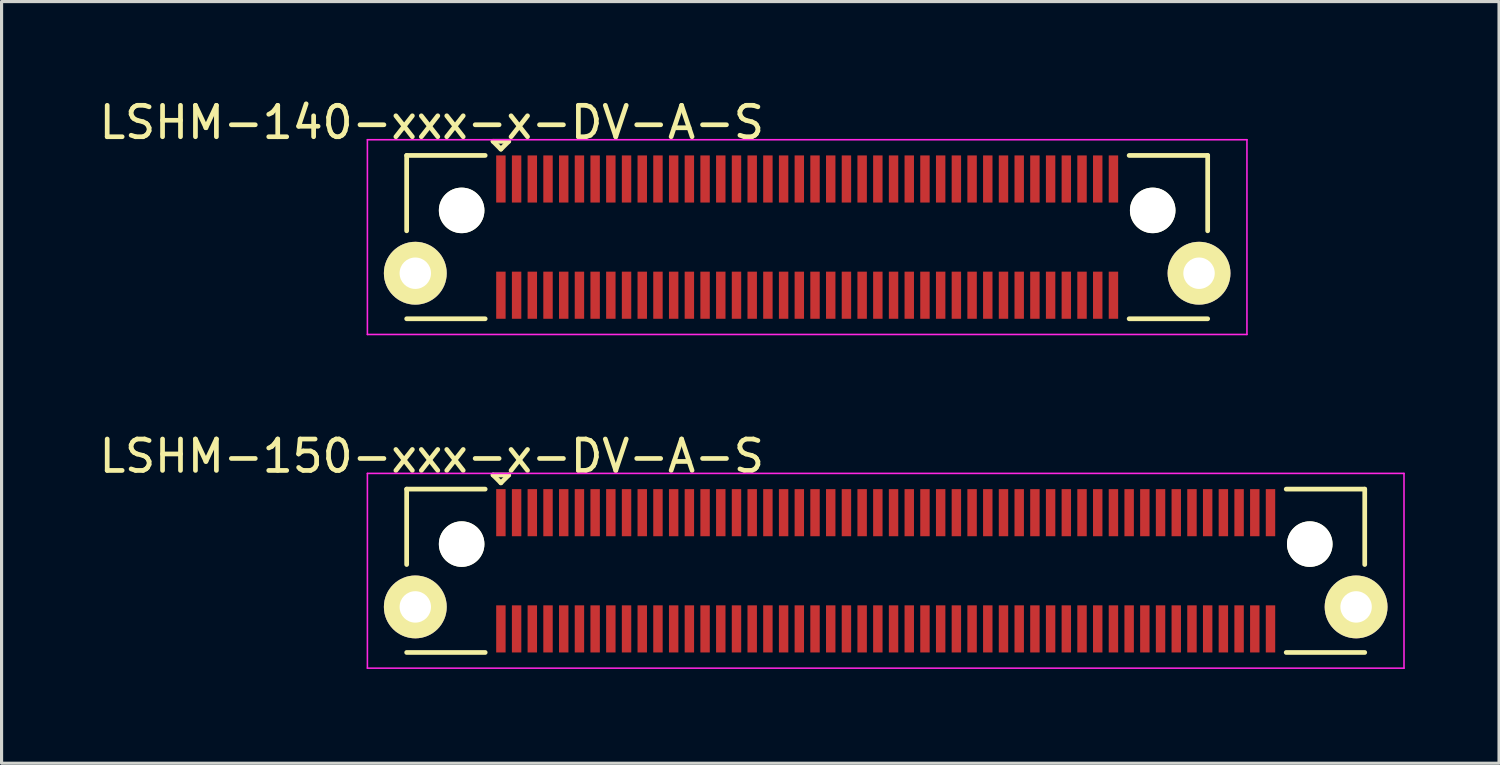
<source format=kicad_pcb>
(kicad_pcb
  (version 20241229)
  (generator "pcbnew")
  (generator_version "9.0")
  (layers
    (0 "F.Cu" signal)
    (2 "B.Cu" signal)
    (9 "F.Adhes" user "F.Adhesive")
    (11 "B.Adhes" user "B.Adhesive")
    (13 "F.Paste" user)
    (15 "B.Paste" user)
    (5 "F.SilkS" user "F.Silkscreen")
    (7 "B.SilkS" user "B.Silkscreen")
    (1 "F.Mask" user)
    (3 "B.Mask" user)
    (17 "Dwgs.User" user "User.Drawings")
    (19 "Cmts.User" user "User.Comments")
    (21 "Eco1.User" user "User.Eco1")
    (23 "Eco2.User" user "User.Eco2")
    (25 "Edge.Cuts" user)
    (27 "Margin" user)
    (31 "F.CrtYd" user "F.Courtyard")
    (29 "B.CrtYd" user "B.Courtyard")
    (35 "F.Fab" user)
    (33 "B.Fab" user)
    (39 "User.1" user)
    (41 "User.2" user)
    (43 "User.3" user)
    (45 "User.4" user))
  (footprint "LSHM-150-xxx-x-DV-A-S"
    (layer "F.Cu")
    (at 25.146 15.121)
    (property "Reference" "LSHM-150-xxx-x-DV-A-S" (at -14.45 -3.65 0) (layer "F.SilkS") (effects (font (size 1 1) (thickness 0.15))))
    (attr smd)
    (fp_line (start -15.25 -2.6) (end -12.75 -2.6) (stroke (width 0.15) (type solid)) (layer "F.SilkS"))
    (fp_line (start -15.25 -0.2) (end -15.25 -2.6) (stroke (width 0.15) (type solid)) (layer "F.SilkS"))
    (fp_line (start -15.25 2.6) (end -12.75 2.6) (stroke (width 0.15) (type solid)) (layer "F.SilkS"))
    (fp_line (start -12.5 -3.05) (end -12.25 -2.8) (stroke (width 0.15) (type solid)) (layer "F.SilkS"))
    (fp_line (start -12.25 -2.8) (end -12 -3.05) (stroke (width 0.15) (type solid)) (layer "F.SilkS"))
    (fp_line (start -12 -3.05) (end -12.5 -3.05) (stroke (width 0.15) (type solid)) (layer "F.SilkS"))
    (fp_line (start 15.25 -2.6) (end 12.75 -2.6) (stroke (width 0.15) (type solid)) (layer "F.SilkS"))
    (fp_line (start 15.25 -0.2) (end 15.25 -2.6) (stroke (width 0.15) (type solid)) (layer "F.SilkS"))
    (fp_line (start 15.25 2.6) (end 12.75 2.6) (stroke (width 0.15) (type solid)) (layer "F.SilkS"))
    (fp_line (start -16.5 -3.1) (end 16.5 -3.1) (stroke (width 0.05) (type solid)) (layer "F.CrtYd"))
    (fp_line (start -16.5 3.1) (end -16.5 -3.1) (stroke (width 0.05) (type solid)) (layer "F.CrtYd"))
    (fp_line (start -16.5 3.1) (end 16.5 3.1) (stroke (width 0.05) (type solid)) (layer "F.CrtYd"))
    (fp_line (start 16.5 3.1) (end 16.5 -3.1) (stroke (width 0.05) (type solid)) (layer "F.CrtYd"))
    (pad "" np_thru_hole circle (at -13.5 -0.85) (size 1.45 1.45) (drill 1.45) (layers "*.Cu" "*.Mask" "F.SilkS"))
    (pad "" np_thru_hole circle (at 13.5 -0.85) (size 1.45 1.45) (drill 1.45) (layers "*.Cu" "*.Mask" "F.SilkS"))
    (pad "1" smd rect (at -12.25 -1.85) (size 0.3 1.5) (layers "F.Cu" "F.Mask" "F.Paste"))
    (pad "2" smd rect (at -12.25 1.85) (size 0.3 1.5) (layers "F.Cu" "F.Mask" "F.Paste"))
    (pad "3" smd rect (at -11.75 -1.85) (size 0.3 1.5) (layers "F.Cu" "F.Mask" "F.Paste"))
    (pad "4" smd rect (at -11.75 1.85) (size 0.3 1.5) (layers "F.Cu" "F.Mask" "F.Paste"))
    (pad "5" smd rect (at -11.25 -1.85) (size 0.3 1.5) (layers "F.Cu" "F.Mask" "F.Paste"))
    (pad "6" smd rect (at -11.25 1.85) (size 0.3 1.5) (layers "F.Cu" "F.Mask" "F.Paste"))
    (pad "7" smd rect (at -10.75 -1.85) (size 0.3 1.5) (layers "F.Cu" "F.Mask" "F.Paste"))
    (pad "8" smd rect (at -10.75 1.85) (size 0.3 1.5) (layers "F.Cu" "F.Mask" "F.Paste"))
    (pad "9" smd rect (at -10.25 -1.85) (size 0.3 1.5) (layers "F.Cu" "F.Mask" "F.Paste"))
    (pad "10" smd rect (at -10.25 1.85) (size 0.3 1.5) (layers "F.Cu" "F.Mask" "F.Paste"))
    (pad "11" smd rect (at -9.75 -1.85) (size 0.3 1.5) (layers "F.Cu" "F.Mask" "F.Paste"))
    (pad "12" smd rect (at -9.75 1.85) (size 0.3 1.5) (layers "F.Cu" "F.Mask" "F.Paste"))
    (pad "13" smd rect (at -9.25 -1.85) (size 0.3 1.5) (layers "F.Cu" "F.Mask" "F.Paste"))
    (pad "14" smd rect (at -9.25 1.85) (size 0.3 1.5) (layers "F.Cu" "F.Mask" "F.Paste"))
    (pad "15" smd rect (at -8.75 -1.85) (size 0.3 1.5) (layers "F.Cu" "F.Mask" "F.Paste"))
    (pad "16" smd rect (at -8.75 1.85) (size 0.3 1.5) (layers "F.Cu" "F.Mask" "F.Paste"))
    (pad "17" smd rect (at -8.25 -1.85) (size 0.3 1.5) (layers "F.Cu" "F.Mask" "F.Paste"))
    (pad "18" smd rect (at -8.25 1.85) (size 0.3 1.5) (layers "F.Cu" "F.Mask" "F.Paste"))
    (pad "19" smd rect (at -7.75 -1.85) (size 0.3 1.5) (layers "F.Cu" "F.Mask" "F.Paste"))
    (pad "20" smd rect (at -7.75 1.85) (size 0.3 1.5) (layers "F.Cu" "F.Mask" "F.Paste"))
    (pad "21" smd rect (at -7.25 -1.85) (size 0.3 1.5) (layers "F.Cu" "F.Mask" "F.Paste"))
    (pad "22" smd rect (at -7.25 1.85) (size 0.3 1.5) (layers "F.Cu" "F.Mask" "F.Paste"))
    (pad "23" smd rect (at -6.75 -1.85) (size 0.3 1.5) (layers "F.Cu" "F.Mask" "F.Paste"))
    (pad "24" smd rect (at -6.75 1.85) (size 0.3 1.5) (layers "F.Cu" "F.Mask" "F.Paste"))
    (pad "25" smd rect (at -6.25 -1.85) (size 0.3 1.5) (layers "F.Cu" "F.Mask" "F.Paste"))
    (pad "26" smd rect (at -6.25 1.85) (size 0.3 1.5) (layers "F.Cu" "F.Mask" "F.Paste"))
    (pad "27" smd rect (at -5.75 -1.85) (size 0.3 1.5) (layers "F.Cu" "F.Mask" "F.Paste"))
    (pad "28" smd rect (at -5.75 1.85) (size 0.3 1.5) (layers "F.Cu" "F.Mask" "F.Paste"))
    (pad "29" smd rect (at -5.25 -1.85) (size 0.3 1.5) (layers "F.Cu" "F.Mask" "F.Paste"))
    (pad "30" smd rect (at -5.25 1.85) (size 0.3 1.5) (layers "F.Cu" "F.Mask" "F.Paste"))
    (pad "31" smd rect (at -4.75 -1.85) (size 0.3 1.5) (layers "F.Cu" "F.Mask" "F.Paste"))
    (pad "32" smd rect (at -4.75 1.85) (size 0.3 1.5) (layers "F.Cu" "F.Mask" "F.Paste"))
    (pad "33" smd rect (at -4.25 -1.85) (size 0.3 1.5) (layers "F.Cu" "F.Mask" "F.Paste"))
    (pad "34" smd rect (at -4.25 1.85) (size 0.3 1.5) (layers "F.Cu" "F.Mask" "F.Paste"))
    (pad "35" smd rect (at -3.75 -1.85) (size 0.3 1.5) (layers "F.Cu" "F.Mask" "F.Paste"))
    (pad "36" smd rect (at -3.75 1.85) (size 0.3 1.5) (layers "F.Cu" "F.Mask" "F.Paste"))
    (pad "37" smd rect (at -3.25 -1.85) (size 0.3 1.5) (layers "F.Cu" "F.Mask" "F.Paste"))
    (pad "38" smd rect (at -3.25 1.85) (size 0.3 1.5) (layers "F.Cu" "F.Mask" "F.Paste"))
    (pad "39" smd rect (at -2.75 -1.85) (size 0.3 1.5) (layers "F.Cu" "F.Mask" "F.Paste"))
    (pad "40" smd rect (at -2.75 1.85) (size 0.3 1.5) (layers "F.Cu" "F.Mask" "F.Paste"))
    (pad "41" smd rect (at -2.25 -1.85) (size 0.3 1.5) (layers "F.Cu" "F.Mask" "F.Paste"))
    (pad "42" smd rect (at -2.25 1.85) (size 0.3 1.5) (layers "F.Cu" "F.Mask" "F.Paste"))
    (pad "43" smd rect (at -1.75 -1.85) (size 0.3 1.5) (layers "F.Cu" "F.Mask" "F.Paste"))
    (pad "44" smd rect (at -1.75 1.85) (size 0.3 1.5) (layers "F.Cu" "F.Mask" "F.Paste"))
    (pad "45" smd rect (at -1.25 -1.85) (size 0.3 1.5) (layers "F.Cu" "F.Mask" "F.Paste"))
    (pad "46" smd rect (at -1.25 1.85) (size 0.3 1.5) (layers "F.Cu" "F.Mask" "F.Paste"))
    (pad "47" smd rect (at -0.75 -1.85) (size 0.3 1.5) (layers "F.Cu" "F.Mask" "F.Paste"))
    (pad "48" smd rect (at -0.75 1.85) (size 0.3 1.5) (layers "F.Cu" "F.Mask" "F.Paste"))
    (pad "49" smd rect (at -0.25 -1.85) (size 0.3 1.5) (layers "F.Cu" "F.Mask" "F.Paste"))
    (pad "50" smd rect (at -0.25 1.85) (size 0.3 1.5) (layers "F.Cu" "F.Mask" "F.Paste"))
    (pad "51" smd rect (at 0.25 -1.85) (size 0.3 1.5) (layers "F.Cu" "F.Mask" "F.Paste"))
    (pad "52" smd rect (at 0.25 1.85) (size 0.3 1.5) (layers "F.Cu" "F.Mask" "F.Paste"))
    (pad "53" smd rect (at 0.75 -1.85) (size 0.3 1.5) (layers "F.Cu" "F.Mask" "F.Paste"))
    (pad "54" smd rect (at 0.75 1.85) (size 0.3 1.5) (layers "F.Cu" "F.Mask" "F.Paste"))
    (pad "55" smd rect (at 1.25 -1.85) (size 0.3 1.5) (layers "F.Cu" "F.Mask" "F.Paste"))
    (pad "56" smd rect (at 1.25 1.85) (size 0.3 1.5) (layers "F.Cu" "F.Mask" "F.Paste"))
    (pad "57" smd rect (at 1.75 -1.85) (size 0.3 1.5) (layers "F.Cu" "F.Mask" "F.Paste"))
    (pad "58" smd rect (at 1.75 1.85) (size 0.3 1.5) (layers "F.Cu" "F.Mask" "F.Paste"))
    (pad "59" smd rect (at 2.25 -1.85) (size 0.3 1.5) (layers "F.Cu" "F.Mask" "F.Paste"))
    (pad "60" smd rect (at 2.25 1.85) (size 0.3 1.5) (layers "F.Cu" "F.Mask" "F.Paste"))
    (pad "61" smd rect (at 2.75 -1.85) (size 0.3 1.5) (layers "F.Cu" "F.Mask" "F.Paste"))
    (pad "62" smd rect (at 2.75 1.85) (size 0.3 1.5) (layers "F.Cu" "F.Mask" "F.Paste"))
    (pad "63" smd rect (at 3.25 -1.85) (size 0.3 1.5) (layers "F.Cu" "F.Mask" "F.Paste"))
    (pad "64" smd rect (at 3.25 1.85) (size 0.3 1.5) (layers "F.Cu" "F.Mask" "F.Paste"))
    (pad "65" smd rect (at 3.75 -1.85) (size 0.3 1.5) (layers "F.Cu" "F.Mask" "F.Paste"))
    (pad "66" smd rect (at 3.75 1.85) (size 0.3 1.5) (layers "F.Cu" "F.Mask" "F.Paste"))
    (pad "67" smd rect (at 4.25 -1.85) (size 0.3 1.5) (layers "F.Cu" "F.Mask" "F.Paste"))
    (pad "68" smd rect (at 4.25 1.85) (size 0.3 1.5) (layers "F.Cu" "F.Mask" "F.Paste"))
    (pad "69" smd rect (at 4.75 -1.85) (size 0.3 1.5) (layers "F.Cu" "F.Mask" "F.Paste"))
    (pad "70" smd rect (at 4.75 1.85) (size 0.3 1.5) (layers "F.Cu" "F.Mask" "F.Paste"))
    (pad "71" smd rect (at 5.25 -1.85) (size 0.3 1.5) (layers "F.Cu" "F.Mask" "F.Paste"))
    (pad "72" smd rect (at 5.25 1.85) (size 0.3 1.5) (layers "F.Cu" "F.Mask" "F.Paste"))
    (pad "73" smd rect (at 5.75 -1.85) (size 0.3 1.5) (layers "F.Cu" "F.Mask" "F.Paste"))
    (pad "74" smd rect (at 5.75 1.85) (size 0.3 1.5) (layers "F.Cu" "F.Mask" "F.Paste"))
    (pad "75" smd rect (at 6.25 -1.85) (size 0.3 1.5) (layers "F.Cu" "F.Mask" "F.Paste"))
    (pad "76" smd rect (at 6.25 1.85) (size 0.3 1.5) (layers "F.Cu" "F.Mask" "F.Paste"))
    (pad "77" smd rect (at 6.75 -1.85) (size 0.3 1.5) (layers "F.Cu" "F.Mask" "F.Paste"))
    (pad "78" smd rect (at 6.75 1.85) (size 0.3 1.5) (layers "F.Cu" "F.Mask" "F.Paste"))
    (pad "79" smd rect (at 7.25 -1.85) (size 0.3 1.5) (layers "F.Cu" "F.Mask" "F.Paste"))
    (pad "80" smd rect (at 7.25 1.85) (size 0.3 1.5) (layers "F.Cu" "F.Mask" "F.Paste"))
    (pad "81" smd rect (at 7.75 -1.85) (size 0.3 1.5) (layers "F.Cu" "F.Mask" "F.Paste"))
    (pad "82" smd rect (at 7.75 1.85) (size 0.3 1.5) (layers "F.Cu" "F.Mask" "F.Paste"))
    (pad "83" smd rect (at 8.25 -1.85) (size 0.3 1.5) (layers "F.Cu" "F.Mask" "F.Paste"))
    (pad "84" smd rect (at 8.25 1.85) (size 0.3 1.5) (layers "F.Cu" "F.Mask" "F.Paste"))
    (pad "85" smd rect (at 8.75 -1.85) (size 0.3 1.5) (layers "F.Cu" "F.Mask" "F.Paste"))
    (pad "86" smd rect (at 8.75 1.85) (size 0.3 1.5) (layers "F.Cu" "F.Mask" "F.Paste"))
    (pad "87" smd rect (at 9.25 -1.85) (size 0.3 1.5) (layers "F.Cu" "F.Mask" "F.Paste"))
    (pad "88" smd rect (at 9.25 1.85) (size 0.3 1.5) (layers "F.Cu" "F.Mask" "F.Paste"))
    (pad "89" smd rect (at 9.75 -1.85) (size 0.3 1.5) (layers "F.Cu" "F.Mask" "F.Paste"))
    (pad "90" smd rect (at 9.75 1.85) (size 0.3 1.5) (layers "F.Cu" "F.Mask" "F.Paste"))
    (pad "91" smd rect (at 10.25 -1.85) (size 0.3 1.5) (layers "F.Cu" "F.Mask" "F.Paste"))
    (pad "92" smd rect (at 10.25 1.85) (size 0.3 1.5) (layers "F.Cu" "F.Mask" "F.Paste"))
    (pad "93" smd rect (at 10.75 -1.85) (size 0.3 1.5) (layers "F.Cu" "F.Mask" "F.Paste"))
    (pad "94" smd rect (at 10.75 1.85) (size 0.3 1.5) (layers "F.Cu" "F.Mask" "F.Paste"))
    (pad "95" smd rect (at 11.25 -1.85) (size 0.3 1.5) (layers "F.Cu" "F.Mask" "F.Paste"))
    (pad "96" smd rect (at 11.25 1.85) (size 0.3 1.5) (layers "F.Cu" "F.Mask" "F.Paste"))
    (pad "97" smd rect (at 11.75 -1.85) (size 0.3 1.5) (layers "F.Cu" "F.Mask" "F.Paste"))
    (pad "98" smd rect (at 11.75 1.85) (size 0.3 1.5) (layers "F.Cu" "F.Mask" "F.Paste"))
    (pad "99" smd rect (at 12.25 -1.85) (size 0.3 1.5) (layers "F.Cu" "F.Mask" "F.Paste"))
    (pad "100" smd rect (at 12.25 1.85) (size 0.3 1.5) (layers "F.Cu" "F.Mask" "F.Paste"))
    (pad "101" thru_hole circle (at -14.975 1.15) (size 2 2) (drill 1) (layers "*.Cu" "*.Mask" "F.SilkS"))
    (pad "101" thru_hole circle (at 14.975 1.15) (size 2 2) (drill 1) (layers "*.Cu" "*.Mask" "F.SilkS")))
  (footprint "LSHM-140-xxx-x-DV-A-S"
    (layer "F.Cu")
    (at 22.646 4.498)
    (property "Reference" "LSHM-140-xxx-x-DV-A-S" (at -11.95 -3.65 0) (layer "F.SilkS") (effects (font (size 1 1) (thickness 0.15))))
    (attr smd)
    (fp_line (start -12.75 -2.6) (end -10.25 -2.6) (stroke (width 0.15) (type solid)) (layer "F.SilkS"))
    (fp_line (start -12.75 -0.2) (end -12.75 -2.6) (stroke (width 0.15) (type solid)) (layer "F.SilkS"))
    (fp_line (start -12.75 2.6) (end -10.25 2.6) (stroke (width 0.15) (type solid)) (layer "F.SilkS"))
    (fp_line (start -10 -3.05) (end -9.75 -2.8) (stroke (width 0.15) (type solid)) (layer "F.SilkS"))
    (fp_line (start -9.75 -2.8) (end -9.5 -3.05) (stroke (width 0.15) (type solid)) (layer "F.SilkS"))
    (fp_line (start -9.5 -3.05) (end -10 -3.05) (stroke (width 0.15) (type solid)) (layer "F.SilkS"))
    (fp_line (start 12.75 -2.6) (end 10.25 -2.6) (stroke (width 0.15) (type solid)) (layer "F.SilkS"))
    (fp_line (start 12.75 -0.2) (end 12.75 -2.6) (stroke (width 0.15) (type solid)) (layer "F.SilkS"))
    (fp_line (start 12.75 2.6) (end 10.25 2.6) (stroke (width 0.15) (type solid)) (layer "F.SilkS"))
    (fp_line (start -14 -3.1) (end 14 -3.1) (stroke (width 0.05) (type solid)) (layer "F.CrtYd"))
    (fp_line (start -14 3.1) (end -14 -3.1) (stroke (width 0.05) (type solid)) (layer "F.CrtYd"))
    (fp_line (start -14 3.1) (end 14 3.1) (stroke (width 0.05) (type solid)) (layer "F.CrtYd"))
    (fp_line (start 14 3.1) (end 14 -3.1) (stroke (width 0.05) (type solid)) (layer "F.CrtYd"))
    (pad "" np_thru_hole circle (at -11 -0.85) (size 1.45 1.45) (drill 1.45) (layers "*.Cu" "*.Mask" "F.SilkS"))
    (pad "" np_thru_hole circle (at 11 -0.85) (size 1.45 1.45) (drill 1.45) (layers "*.Cu" "*.Mask" "F.SilkS"))
    (pad "1" smd rect (at -9.75 -1.85) (size 0.3 1.5) (layers "F.Cu" "F.Mask" "F.Paste"))
    (pad "2" smd rect (at -9.75 1.85) (size 0.3 1.5) (layers "F.Cu" "F.Mask" "F.Paste"))
    (pad "3" smd rect (at -9.25 -1.85) (size 0.3 1.5) (layers "F.Cu" "F.Mask" "F.Paste"))
    (pad "4" smd rect (at -9.25 1.85) (size 0.3 1.5) (layers "F.Cu" "F.Mask" "F.Paste"))
    (pad "5" smd rect (at -8.75 -1.85) (size 0.3 1.5) (layers "F.Cu" "F.Mask" "F.Paste"))
    (pad "6" smd rect (at -8.75 1.85) (size 0.3 1.5) (layers "F.Cu" "F.Mask" "F.Paste"))
    (pad "7" smd rect (at -8.25 -1.85) (size 0.3 1.5) (layers "F.Cu" "F.Mask" "F.Paste"))
    (pad "8" smd rect (at -8.25 1.85) (size 0.3 1.5) (layers "F.Cu" "F.Mask" "F.Paste"))
    (pad "9" smd rect (at -7.75 -1.85) (size 0.3 1.5) (layers "F.Cu" "F.Mask" "F.Paste"))
    (pad "10" smd rect (at -7.75 1.85) (size 0.3 1.5) (layers "F.Cu" "F.Mask" "F.Paste"))
    (pad "11" smd rect (at -7.25 -1.85) (size 0.3 1.5) (layers "F.Cu" "F.Mask" "F.Paste"))
    (pad "12" smd rect (at -7.25 1.85) (size 0.3 1.5) (layers "F.Cu" "F.Mask" "F.Paste"))
    (pad "13" smd rect (at -6.75 -1.85) (size 0.3 1.5) (layers "F.Cu" "F.Mask" "F.Paste"))
    (pad "14" smd rect (at -6.75 1.85) (size 0.3 1.5) (layers "F.Cu" "F.Mask" "F.Paste"))
    (pad "15" smd rect (at -6.25 -1.85) (size 0.3 1.5) (layers "F.Cu" "F.Mask" "F.Paste"))
    (pad "16" smd rect (at -6.25 1.85) (size 0.3 1.5) (layers "F.Cu" "F.Mask" "F.Paste"))
    (pad "17" smd rect (at -5.75 -1.85) (size 0.3 1.5) (layers "F.Cu" "F.Mask" "F.Paste"))
    (pad "18" smd rect (at -5.75 1.85) (size 0.3 1.5) (layers "F.Cu" "F.Mask" "F.Paste"))
    (pad "19" smd rect (at -5.25 -1.85) (size 0.3 1.5) (layers "F.Cu" "F.Mask" "F.Paste"))
    (pad "20" smd rect (at -5.25 1.85) (size 0.3 1.5) (layers "F.Cu" "F.Mask" "F.Paste"))
    (pad "21" smd rect (at -4.75 -1.85) (size 0.3 1.5) (layers "F.Cu" "F.Mask" "F.Paste"))
    (pad "22" smd rect (at -4.75 1.85) (size 0.3 1.5) (layers "F.Cu" "F.Mask" "F.Paste"))
    (pad "23" smd rect (at -4.25 -1.85) (size 0.3 1.5) (layers "F.Cu" "F.Mask" "F.Paste"))
    (pad "24" smd rect (at -4.25 1.85) (size 0.3 1.5) (layers "F.Cu" "F.Mask" "F.Paste"))
    (pad "25" smd rect (at -3.75 -1.85) (size 0.3 1.5) (layers "F.Cu" "F.Mask" "F.Paste"))
    (pad "26" smd rect (at -3.75 1.85) (size 0.3 1.5) (layers "F.Cu" "F.Mask" "F.Paste"))
    (pad "27" smd rect (at -3.25 -1.85) (size 0.3 1.5) (layers "F.Cu" "F.Mask" "F.Paste"))
    (pad "28" smd rect (at -3.25 1.85) (size 0.3 1.5) (layers "F.Cu" "F.Mask" "F.Paste"))
    (pad "29" smd rect (at -2.75 -1.85) (size 0.3 1.5) (layers "F.Cu" "F.Mask" "F.Paste"))
    (pad "30" smd rect (at -2.75 1.85) (size 0.3 1.5) (layers "F.Cu" "F.Mask" "F.Paste"))
    (pad "31" smd rect (at -2.25 -1.85) (size 0.3 1.5) (layers "F.Cu" "F.Mask" "F.Paste"))
    (pad "32" smd rect (at -2.25 1.85) (size 0.3 1.5) (layers "F.Cu" "F.Mask" "F.Paste"))
    (pad "33" smd rect (at -1.75 -1.85) (size 0.3 1.5) (layers "F.Cu" "F.Mask" "F.Paste"))
    (pad "34" smd rect (at -1.75 1.85) (size 0.3 1.5) (layers "F.Cu" "F.Mask" "F.Paste"))
    (pad "35" smd rect (at -1.25 -1.85) (size 0.3 1.5) (layers "F.Cu" "F.Mask" "F.Paste"))
    (pad "36" smd rect (at -1.25 1.85) (size 0.3 1.5) (layers "F.Cu" "F.Mask" "F.Paste"))
    (pad "37" smd rect (at -0.75 -1.85) (size 0.3 1.5) (layers "F.Cu" "F.Mask" "F.Paste"))
    (pad "38" smd rect (at -0.75 1.85) (size 0.3 1.5) (layers "F.Cu" "F.Mask" "F.Paste"))
    (pad "39" smd rect (at -0.25 -1.85) (size 0.3 1.5) (layers "F.Cu" "F.Mask" "F.Paste"))
    (pad "40" smd rect (at -0.25 1.85) (size 0.3 1.5) (layers "F.Cu" "F.Mask" "F.Paste"))
    (pad "41" smd rect (at 0.25 -1.85) (size 0.3 1.5) (layers "F.Cu" "F.Mask" "F.Paste"))
    (pad "42" smd rect (at 0.25 1.85) (size 0.3 1.5) (layers "F.Cu" "F.Mask" "F.Paste"))
    (pad "43" smd rect (at 0.75 -1.85) (size 0.3 1.5) (layers "F.Cu" "F.Mask" "F.Paste"))
    (pad "44" smd rect (at 0.75 1.85) (size 0.3 1.5) (layers "F.Cu" "F.Mask" "F.Paste"))
    (pad "45" smd rect (at 1.25 -1.85) (size 0.3 1.5) (layers "F.Cu" "F.Mask" "F.Paste"))
    (pad "46" smd rect (at 1.25 1.85) (size 0.3 1.5) (layers "F.Cu" "F.Mask" "F.Paste"))
    (pad "47" smd rect (at 1.75 -1.85) (size 0.3 1.5) (layers "F.Cu" "F.Mask" "F.Paste"))
    (pad "48" smd rect (at 1.75 1.85) (size 0.3 1.5) (layers "F.Cu" "F.Mask" "F.Paste"))
    (pad "49" smd rect (at 2.25 -1.85) (size 0.3 1.5) (layers "F.Cu" "F.Mask" "F.Paste"))
    (pad "50" smd rect (at 2.25 1.85) (size 0.3 1.5) (layers "F.Cu" "F.Mask" "F.Paste"))
    (pad "51" smd rect (at 2.75 -1.85) (size 0.3 1.5) (layers "F.Cu" "F.Mask" "F.Paste"))
    (pad "52" smd rect (at 2.75 1.85) (size 0.3 1.5) (layers "F.Cu" "F.Mask" "F.Paste"))
    (pad "53" smd rect (at 3.25 -1.85) (size 0.3 1.5) (layers "F.Cu" "F.Mask" "F.Paste"))
    (pad "54" smd rect (at 3.25 1.85) (size 0.3 1.5) (layers "F.Cu" "F.Mask" "F.Paste"))
    (pad "55" smd rect (at 3.75 -1.85) (size 0.3 1.5) (layers "F.Cu" "F.Mask" "F.Paste"))
    (pad "56" smd rect (at 3.75 1.85) (size 0.3 1.5) (layers "F.Cu" "F.Mask" "F.Paste"))
    (pad "57" smd rect (at 4.25 -1.85) (size 0.3 1.5) (layers "F.Cu" "F.Mask" "F.Paste"))
    (pad "58" smd rect (at 4.25 1.85) (size 0.3 1.5) (layers "F.Cu" "F.Mask" "F.Paste"))
    (pad "59" smd rect (at 4.75 -1.85) (size 0.3 1.5) (layers "F.Cu" "F.Mask" "F.Paste"))
    (pad "60" smd rect (at 4.75 1.85) (size 0.3 1.5) (layers "F.Cu" "F.Mask" "F.Paste"))
    (pad "61" smd rect (at 5.25 -1.85) (size 0.3 1.5) (layers "F.Cu" "F.Mask" "F.Paste"))
    (pad "62" smd rect (at 5.25 1.85) (size 0.3 1.5) (layers "F.Cu" "F.Mask" "F.Paste"))
    (pad "63" smd rect (at 5.75 -1.85) (size 0.3 1.5) (layers "F.Cu" "F.Mask" "F.Paste"))
    (pad "64" smd rect (at 5.75 1.85) (size 0.3 1.5) (layers "F.Cu" "F.Mask" "F.Paste"))
    (pad "65" smd rect (at 6.25 -1.85) (size 0.3 1.5) (layers "F.Cu" "F.Mask" "F.Paste"))
    (pad "66" smd rect (at 6.25 1.85) (size 0.3 1.5) (layers "F.Cu" "F.Mask" "F.Paste"))
    (pad "67" smd rect (at 6.75 -1.85) (size 0.3 1.5) (layers "F.Cu" "F.Mask" "F.Paste"))
    (pad "68" smd rect (at 6.75 1.85) (size 0.3 1.5) (layers "F.Cu" "F.Mask" "F.Paste"))
    (pad "69" smd rect (at 7.25 -1.85) (size 0.3 1.5) (layers "F.Cu" "F.Mask" "F.Paste"))
    (pad "70" smd rect (at 7.25 1.85) (size 0.3 1.5) (layers "F.Cu" "F.Mask" "F.Paste"))
    (pad "71" smd rect (at 7.75 -1.85) (size 0.3 1.5) (layers "F.Cu" "F.Mask" "F.Paste"))
    (pad "72" smd rect (at 7.75 1.85) (size 0.3 1.5) (layers "F.Cu" "F.Mask" "F.Paste"))
    (pad "73" smd rect (at 8.25 -1.85) (size 0.3 1.5) (layers "F.Cu" "F.Mask" "F.Paste"))
    (pad "74" smd rect (at 8.25 1.85) (size 0.3 1.5) (layers "F.Cu" "F.Mask" "F.Paste"))
    (pad "75" smd rect (at 8.75 -1.85) (size 0.3 1.5) (layers "F.Cu" "F.Mask" "F.Paste"))
    (pad "76" smd rect (at 8.75 1.85) (size 0.3 1.5) (layers "F.Cu" "F.Mask" "F.Paste"))
    (pad "77" smd rect (at 9.25 -1.85) (size 0.3 1.5) (layers "F.Cu" "F.Mask" "F.Paste"))
    (pad "78" smd rect (at 9.25 1.85) (size 0.3 1.5) (layers "F.Cu" "F.Mask" "F.Paste"))
    (pad "79" smd rect (at 9.75 -1.85) (size 0.3 1.5) (layers "F.Cu" "F.Mask" "F.Paste"))
    (pad "80" smd rect (at 9.75 1.85) (size 0.3 1.5) (layers "F.Cu" "F.Mask" "F.Paste"))
    (pad "81" thru_hole circle (at -12.475 1.15) (size 2 2) (drill 1) (layers "*.Cu" "*.Mask" "F.SilkS"))
    (pad "81" thru_hole circle (at 12.475 1.15) (size 2 2) (drill 1) (layers "*.Cu" "*.Mask" "F.SilkS")))
  (gr_rect
    (start -3 -3)
    (end 44.671 21.247)
    (stroke (width 0.1) (type default))
    (fill no)
    (layer "Edge.Cuts")))
</source>
